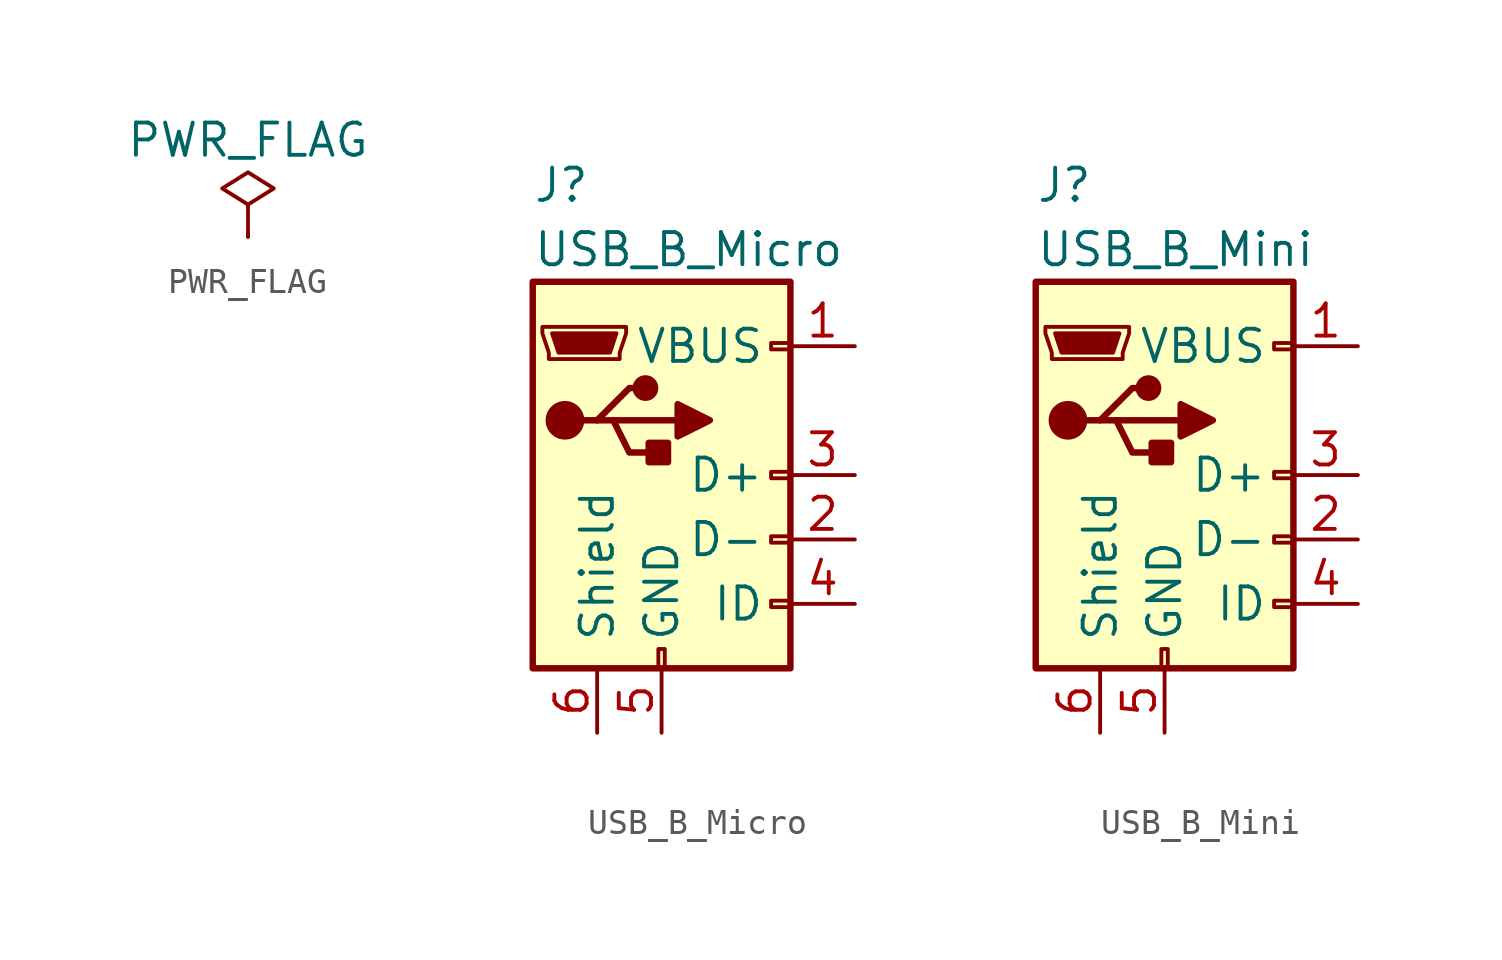
<source format=kicad_sym>
(kicad_symbol_lib
  (version 20231120)
  (generator "kicad_symbol_editor")
  (generator_version "8.0")
  (symbol "PWR_FLAG"
    (power)
    (pin_numbers hide)
    (pin_names
      (offset 0) hide)
    (property "Reference" "#FLG"
      (at 0 1.905 0)
      (effects (font (size 1.27 1.27)) (hide yes)))
    (property "Value" "PWR_FLAG"
      (at 0 3.81 0)
      (effects (font (size 1.27 1.27))))
    (symbol "PWR_FLAG_0_1"
      (polyline (pts (xy 0 0) (xy 0 1.27) (xy -1.016 1.905) (xy 0 2.54) (xy 1.016 1.905) (xy 0 1.27)) (stroke (width 0) (type default)) (fill (type none))))
    (symbol "PWR_FLAG_1_0"
      (pin power_in line (at 0 0 90) (length 0) (name "~" (effects (font (size 1.27 1.27)))) (number "1" (effects (font (size 1.27 1.27)))))))
  (symbol "USB_B_Micro"
    (pin_names
      (offset 1.016))
    (property "Reference" "J"
      (at -5.08 11.43 0)
      (effects (font (size 1.27 1.27)) (justify left)))
    (property "Value" "USB_B_Micro"
      (at -5.08 8.89 0)
      (effects (font (size 1.27 1.27)) (justify left)))
    (symbol "USB_B_Micro_0_1"
      (rectangle (start -5.08 -7.62) (end 5.08 7.62) (stroke (width 0.254) (type default)) (fill (type background)))
      (circle (center -3.81 2.159) (radius 0.635) (stroke (width 0.254) (type default)) (fill (type outline)))
      (circle (center -0.635 3.429) (radius 0.381) (stroke (width 0.254) (type default)) (fill (type outline)))
      (rectangle (start -0.127 -7.62) (end 0.127 -6.858) (stroke (width 0) (type default)) (fill (type none)))
      (polyline (pts (xy -1.905 2.159) (xy 0.635 2.159)) (stroke (width 0.254) (type default)) (fill (type none)))
      (polyline (pts (xy -3.175 2.159) (xy -2.54 2.159) (xy -1.27 3.429) (xy -0.635 3.429)) (stroke (width 0.254) (type default)) (fill (type none)))
      (polyline (pts (xy -2.54 2.159) (xy -1.905 2.159) (xy -1.27 0.889) (xy 0 0.889)) (stroke (width 0.254) (type default)) (fill (type none)))
      (polyline (pts (xy 0.635 2.794) (xy 0.635 1.524) (xy 1.905 2.159) (xy 0.635 2.794)) (stroke (width 0.254) (type default)) (fill (type outline)))
      (polyline (pts (xy -4.318 5.588) (xy -1.778 5.588) (xy -2.032 4.826) (xy -4.064 4.826) (xy -4.318 5.588)) (stroke (width 0) (type default)) (fill (type outline)))
      (polyline (pts (xy -4.699 5.842) (xy -4.699 5.588) (xy -4.445 4.826) (xy -4.445 4.572) (xy -1.651 4.572) (xy -1.651 4.826) (xy -1.397 5.588) (xy -1.397 5.842) (xy -4.699 5.842)) (stroke (width 0) (type default)) (fill (type none)))
      (rectangle (start 0.254 1.27) (end -0.508 0.508) (stroke (width 0.254) (type default)) (fill (type outline)))
      (rectangle (start 5.08 -5.207) (end 4.318 -4.953) (stroke (width 0) (type default)) (fill (type none)))
      (rectangle (start 5.08 -2.667) (end 4.318 -2.413) (stroke (width 0) (type default)) (fill (type none)))
      (rectangle (start 5.08 -0.127) (end 4.318 0.127) (stroke (width 0) (type default)) (fill (type none)))
      (rectangle (start 5.08 4.953) (end 4.318 5.207) (stroke (width 0) (type default)) (fill (type none))))
    (symbol "USB_B_Micro_1_1"
      (pin power_in line (at 7.62 5.08 180) (length 2.54) (name "VBUS" (effects (font (size 1.27 1.27)))) (number "1" (effects (font (size 1.27 1.27)))))
      (pin bidirectional line (at 7.62 -2.54 180) (length 2.54) (name "D-" (effects (font (size 1.27 1.27)))) (number "2" (effects (font (size 1.27 1.27)))))
      (pin bidirectional line (at 7.62 0 180) (length 2.54) (name "D+" (effects (font (size 1.27 1.27)))) (number "3" (effects (font (size 1.27 1.27)))))
      (pin passive line (at 7.62 -5.08 180) (length 2.54) (name "ID" (effects (font (size 1.27 1.27)))) (number "4" (effects (font (size 1.27 1.27)))))
      (pin power_in line (at 0 -10.16 90) (length 2.54) (name "GND" (effects (font (size 1.27 1.27)))) (number "5" (effects (font (size 1.27 1.27)))))
      (pin power_in line (at -2.54 -10.16 90) (length 2.54) (name "Shield" (effects (font (size 1.27 1.27)))) (number "6" (effects (font (size 1.27 1.27)))))))
  (symbol "USB_B_Mini"
    (pin_names
      (offset 1.016))
    (property "Reference" "J"
      (at -5.08 11.43 0)
      (effects (font (size 1.27 1.27)) (justify left)))
    (property "Value" "USB_B_Mini"
      (at -5.08 8.89 0)
      (effects (font (size 1.27 1.27)) (justify left)))
    (symbol "USB_B_Mini_0_1"
      (rectangle (start -5.08 -7.62) (end 5.08 7.62) (stroke (width 0.254) (type default)) (fill (type background)))
      (circle (center -3.81 2.159) (radius 0.635) (stroke (width 0.254) (type default)) (fill (type outline)))
      (circle (center -0.635 3.429) (radius 0.381) (stroke (width 0.254) (type default)) (fill (type outline)))
      (rectangle (start -0.127 -7.62) (end 0.127 -6.858) (stroke (width 0) (type default)) (fill (type none)))
      (polyline (pts (xy -1.905 2.159) (xy 0.635 2.159)) (stroke (width 0.254) (type default)) (fill (type none)))
      (polyline (pts (xy -3.175 2.159) (xy -2.54 2.159) (xy -1.27 3.429) (xy -0.635 3.429)) (stroke (width 0.254) (type default)) (fill (type none)))
      (polyline (pts (xy -2.54 2.159) (xy -1.905 2.159) (xy -1.27 0.889) (xy 0 0.889)) (stroke (width 0.254) (type default)) (fill (type none)))
      (polyline (pts (xy 0.635 2.794) (xy 0.635 1.524) (xy 1.905 2.159) (xy 0.635 2.794)) (stroke (width 0.254) (type default)) (fill (type outline)))
      (polyline (pts (xy -4.318 5.588) (xy -1.778 5.588) (xy -2.032 4.826) (xy -4.064 4.826) (xy -4.318 5.588)) (stroke (width 0) (type default)) (fill (type outline)))
      (polyline (pts (xy -4.699 5.842) (xy -4.699 5.588) (xy -4.445 4.826) (xy -4.445 4.572) (xy -1.651 4.572) (xy -1.651 4.826) (xy -1.397 5.588) (xy -1.397 5.842) (xy -4.699 5.842)) (stroke (width 0) (type default)) (fill (type none)))
      (rectangle (start 0.254 1.27) (end -0.508 0.508) (stroke (width 0.254) (type default)) (fill (type outline)))
      (rectangle (start 5.08 -5.207) (end 4.318 -4.953) (stroke (width 0) (type default)) (fill (type none)))
      (rectangle (start 5.08 -2.667) (end 4.318 -2.413) (stroke (width 0) (type default)) (fill (type none)))
      (rectangle (start 5.08 -0.127) (end 4.318 0.127) (stroke (width 0) (type default)) (fill (type none)))
      (rectangle (start 5.08 4.953) (end 4.318 5.207) (stroke (width 0) (type default)) (fill (type none))))
    (symbol "USB_B_Mini_1_1"
      (pin power_in line (at 7.62 5.08 180) (length 2.54) (name "VBUS" (effects (font (size 1.27 1.27)))) (number "1" (effects (font (size 1.27 1.27)))))
      (pin bidirectional line (at 7.62 -2.54 180) (length 2.54) (name "D-" (effects (font (size 1.27 1.27)))) (number "2" (effects (font (size 1.27 1.27)))))
      (pin bidirectional line (at 7.62 0 180) (length 2.54) (name "D+" (effects (font (size 1.27 1.27)))) (number "3" (effects (font (size 1.27 1.27)))))
      (pin passive line (at 7.62 -5.08 180) (length 2.54) (name "ID" (effects (font (size 1.27 1.27)))) (number "4" (effects (font (size 1.27 1.27)))))
      (pin power_in line (at 0 -10.16 90) (length 2.54) (name "GND" (effects (font (size 1.27 1.27)))) (number "5" (effects (font (size 1.27 1.27)))))
      (pin power_in line (at -2.54 -10.16 90) (length 2.54) (name "Shield" (effects (font (size 1.27 1.27)))) (number "6" (effects (font (size 1.27 1.27))))))))
</source>
